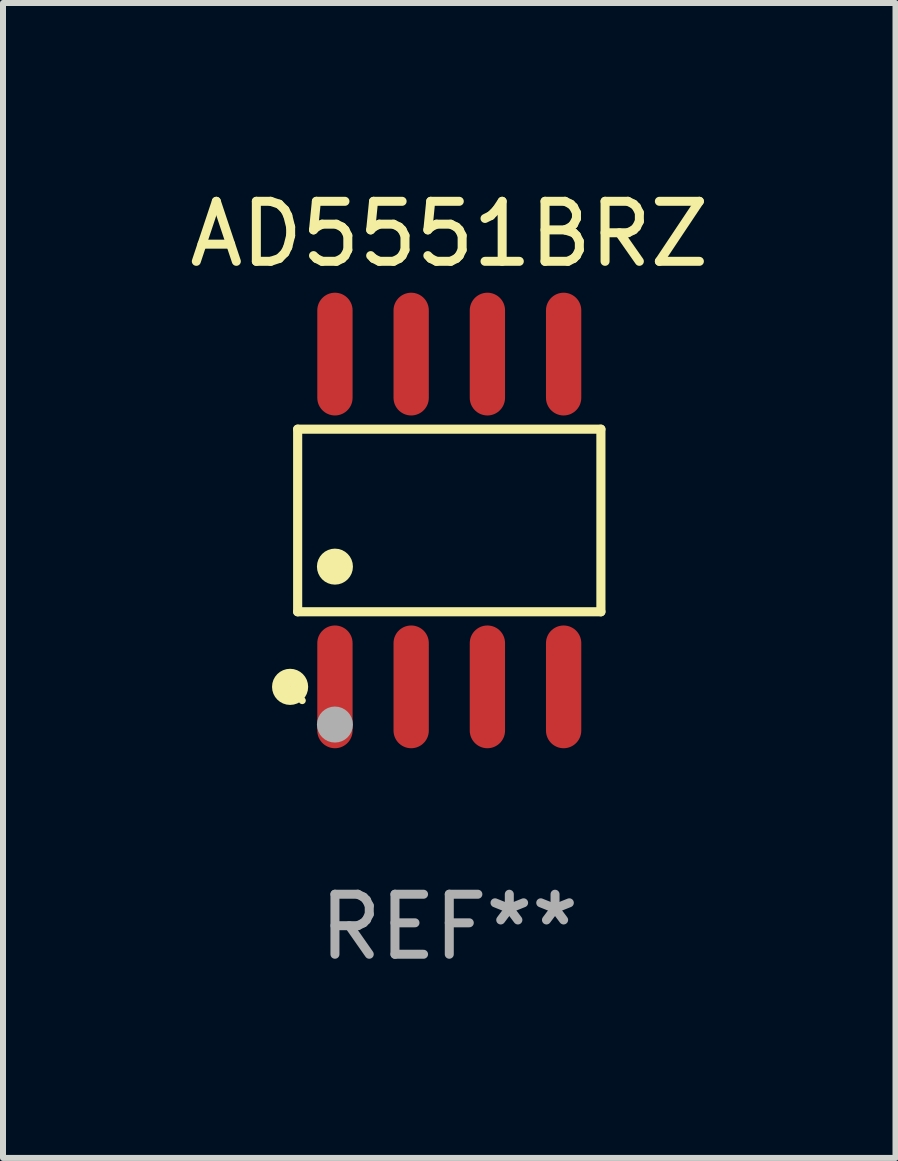
<source format=kicad_pcb>
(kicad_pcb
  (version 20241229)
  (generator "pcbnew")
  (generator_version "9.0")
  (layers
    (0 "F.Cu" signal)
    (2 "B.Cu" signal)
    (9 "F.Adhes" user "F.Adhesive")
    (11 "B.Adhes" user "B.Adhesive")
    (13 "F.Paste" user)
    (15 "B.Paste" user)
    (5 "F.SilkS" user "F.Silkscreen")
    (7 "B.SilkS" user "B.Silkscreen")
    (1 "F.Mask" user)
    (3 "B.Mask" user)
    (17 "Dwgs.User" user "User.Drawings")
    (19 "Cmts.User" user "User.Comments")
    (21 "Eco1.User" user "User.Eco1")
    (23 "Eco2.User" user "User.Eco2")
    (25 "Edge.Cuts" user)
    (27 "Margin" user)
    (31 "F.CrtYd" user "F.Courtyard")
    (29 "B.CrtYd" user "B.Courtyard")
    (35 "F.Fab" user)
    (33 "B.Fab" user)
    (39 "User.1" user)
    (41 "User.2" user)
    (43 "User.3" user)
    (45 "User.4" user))
  (footprint "AD5551BRZ"
    (layer "F.Cu")
    (at 4.435 5.621)
    (property "Reference" "AD5551BRZ" (at 0 -4.772 0) (layer "F.SilkS") (effects (font (size 1 1) (thickness 0.15))))
    (attr through_hole)
    (fp_line (start -2.526 -1.521) (end 2.526 -1.521) (stroke (width 0.152) (type solid)) (layer "F.SilkS"))
    (fp_line (start -2.526 1.521) (end -2.526 -1.521) (stroke (width 0.152) (type solid)) (layer "F.SilkS"))
    (fp_line (start 2.526 -1.521) (end 2.526 1.521) (stroke (width 0.152) (type solid)) (layer "F.SilkS"))
    (fp_line (start 2.526 1.521) (end -2.526 1.521) (stroke (width 0.152) (type solid)) (layer "F.SilkS"))
    (fp_circle (center -2.652 2.772) (end -2.501 2.772) (stroke (width 0.3) (type solid)) (fill no) (layer "F.SilkS"))
    (fp_circle (center -2.45 3) (end -2.42 3) (stroke (width 0.06) (type solid)) (fill no) (layer "F.SilkS"))
    (fp_circle (center -1.905 0.769) (end -1.755 0.769) (stroke (width 0.3) (type solid)) (fill no) (layer "F.SilkS"))
    (fp_circle (center -1.905 3.4) (end -1.755 3.4) (stroke (width 0.3) (type solid)) (fill no) (layer "F.Fab"))
    (fp_text user "REF**" (at 0 6.772 0) (layer "F.Fab") (effects (font (size 1 1) (thickness 0.15))))
    (pad "1" smd oval (at -1.905 2.772) (size 0.588 2.045) (layers "F.Cu" "F.Mask" "F.Paste"))
    (pad "2" smd oval (at -0.635 2.772) (size 0.588 2.045) (layers "F.Cu" "F.Mask" "F.Paste"))
    (pad "3" smd oval (at 0.635 2.772) (size 0.588 2.045) (layers "F.Cu" "F.Mask" "F.Paste"))
    (pad "4" smd oval (at 1.905 2.772) (size 0.588 2.045) (layers "F.Cu" "F.Mask" "F.Paste"))
    (pad "5" smd oval (at 1.905 -2.772) (size 0.588 2.045) (layers "F.Cu" "F.Mask" "F.Paste"))
    (pad "6" smd oval (at 0.635 -2.772) (size 0.588 2.045) (layers "F.Cu" "F.Mask" "F.Paste"))
    (pad "7" smd oval (at -0.635 -2.772) (size 0.588 2.045) (layers "F.Cu" "F.Mask" "F.Paste"))
    (pad "8" smd oval (at -1.905 -2.772) (size 0.588 2.045) (layers "F.Cu" "F.Mask" "F.Paste")))
  (gr_rect
    (start -3 -3)
    (end 11.869 16.241)
    (stroke (width 0.1) (type default))
    (fill no)
    (layer "Edge.Cuts")))
</source>
